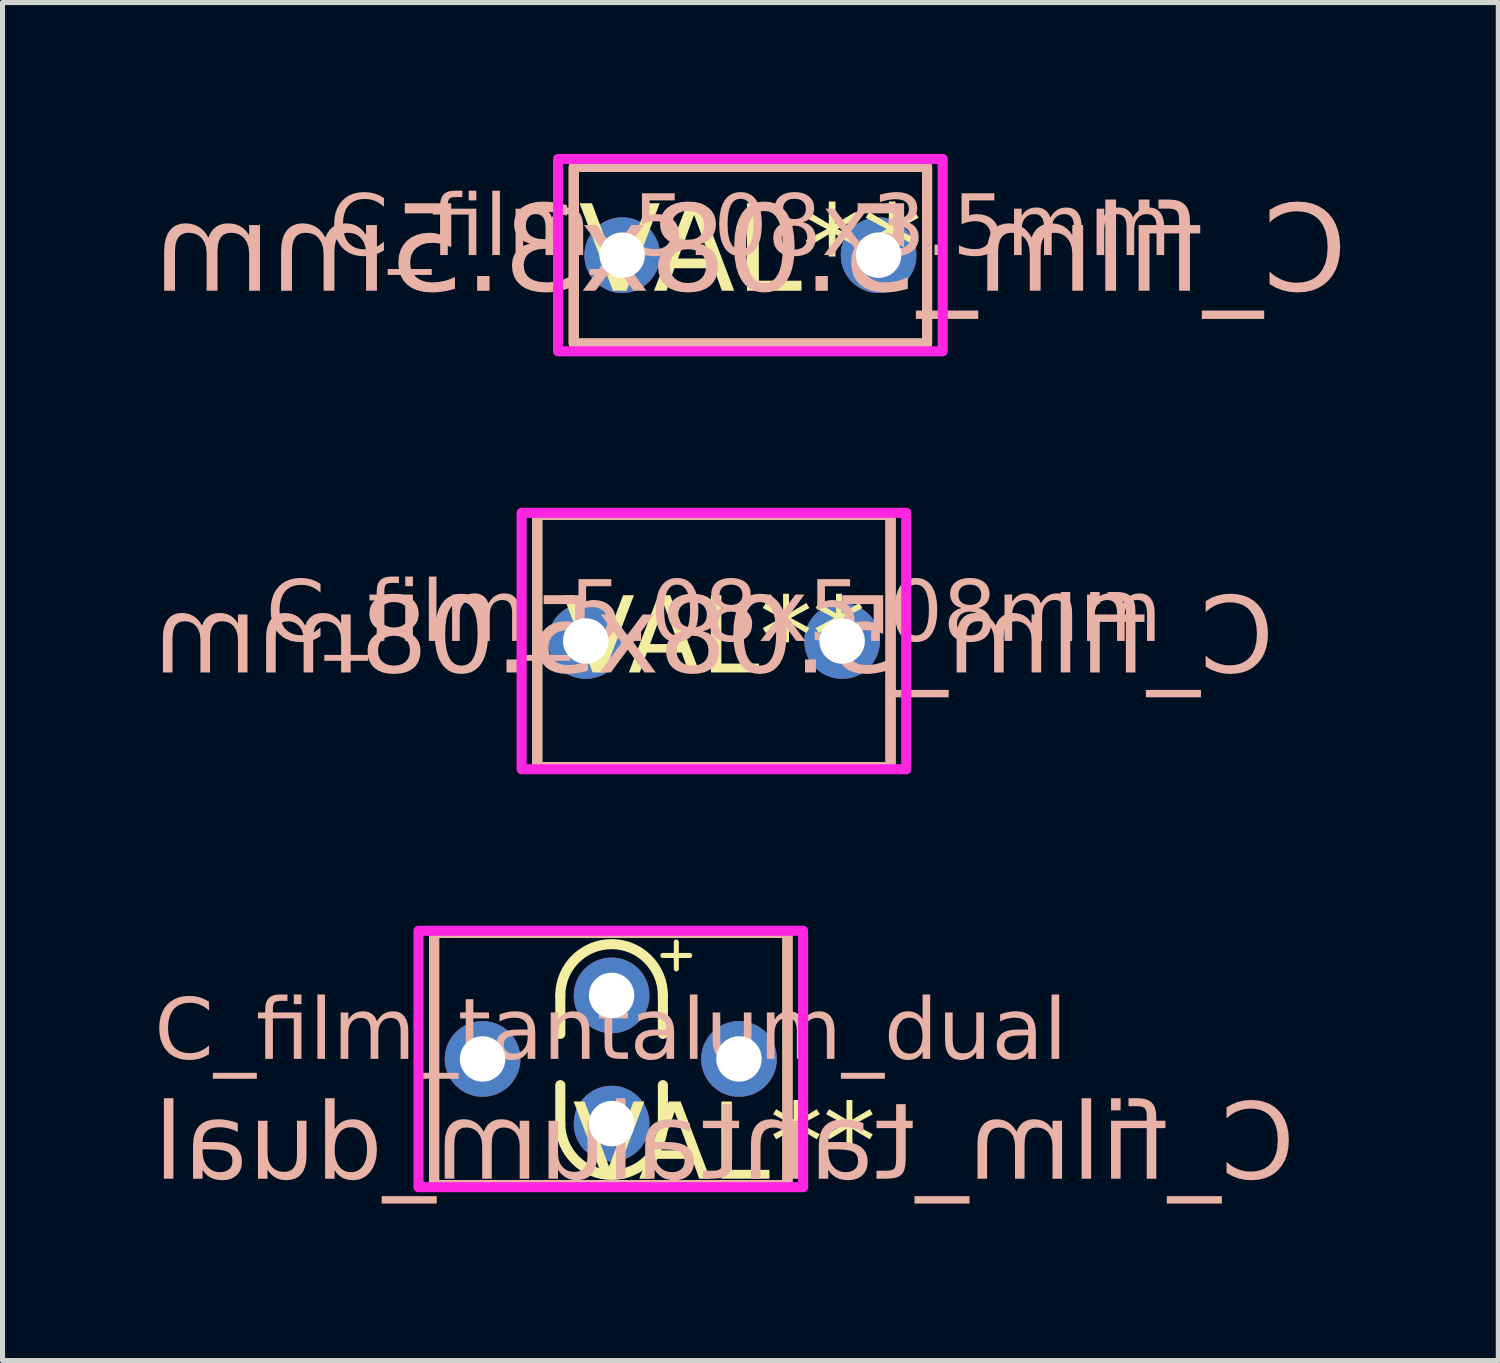
<source format=kicad_pcb>
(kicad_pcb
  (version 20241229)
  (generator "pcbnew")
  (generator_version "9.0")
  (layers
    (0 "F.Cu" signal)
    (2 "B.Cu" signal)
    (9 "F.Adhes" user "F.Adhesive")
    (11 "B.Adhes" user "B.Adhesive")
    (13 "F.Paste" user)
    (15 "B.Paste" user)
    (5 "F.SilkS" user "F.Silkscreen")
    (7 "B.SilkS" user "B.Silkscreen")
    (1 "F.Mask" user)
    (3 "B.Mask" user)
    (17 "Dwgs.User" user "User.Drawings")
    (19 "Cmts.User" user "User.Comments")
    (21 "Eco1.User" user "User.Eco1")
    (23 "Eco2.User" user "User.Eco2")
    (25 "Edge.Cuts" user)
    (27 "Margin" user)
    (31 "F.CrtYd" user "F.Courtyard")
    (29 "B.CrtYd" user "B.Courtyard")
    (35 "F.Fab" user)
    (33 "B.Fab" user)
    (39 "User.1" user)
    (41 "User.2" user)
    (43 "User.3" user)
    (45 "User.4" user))
  (footprint "C_film_5.08x5.08mm"
    (layer "F.Cu")
    (at 11.094 9.65)
    (property "Reference" "C_film_5.08x5.08mm" (at 0 -0.5 0) (unlocked yes) (layer "B.SilkS") (effects (font (face "Milk Run") (size 1.2 1.2) (thickness 0.1))))
    (property "Value" "VAL**" (at 0 1 0) (unlocked yes) (layer "F.SilkS") (hide yes) (effects (font (face "Milk Run") (size 1.2 1.2) (thickness 0.1))))
    (attr through_hole)
    (fp_rect (start -3.5 -2.5) (end 3.5 2.5) (stroke (width 0.2) (type default)) (fill no) (layer "F.SilkS"))
    (fp_rect (start -3.5 -2.5) (end 3.5 2.5) (stroke (width 0.2) (type default)) (fill no) (layer "B.SilkS"))
    (fp_rect (start -3.81 -2.54) (end 3.81 2.54) (stroke (width 0.2) (type default)) (fill no) (layer "F.CrtYd"))
    (fp_text user "${VALUE}" (at 0 0 0) (layer "F.SilkS") (effects (font (face "Milk Run") (size 1.5 1.5) (thickness 0.1))))
    (fp_text user "${REFERENCE}" (at 0 0 0) (layer "B.SilkS") (effects (font (face "Milk Run") (size 1.5 1.5) (thickness 0.1)) (justify mirror)))
    (pad "1" thru_hole circle (at -2.54 0) (size 1.5 1.5) (drill 0.9) (layers "*.Cu" "*.Mask"))
    (pad "2" thru_hole circle (at 2.54 0) (size 1.5 1.5) (drill 0.9) (layers "*.Cu" "*.Mask")))
  (footprint "C_film_5.08x3.5mm"
    (layer "F.Cu")
    (at 11.817 2.005)
    (property "Reference" "C_film_5.08x3.5mm" (at 0 -0.5 0) (unlocked yes) (layer "B.SilkS") (effects (font (face "Milk Run") (size 1.2 1.2) (thickness 0.1))))
    (property "Value" "VAL**" (at 0 1 0) (unlocked yes) (layer "F.SilkS") (hide yes) (effects (font (face "Milk Run") (size 1.2 1.2) (thickness 0.1))))
    (attr through_hole)
    (fp_rect (start -3.5 -1.75) (end 3.5 1.75) (stroke (width 0.2) (type default)) (fill no) (layer "F.SilkS"))
    (fp_rect (start -3.5 -1.75) (end 3.5 1.75) (stroke (width 0.2) (type default)) (fill no) (layer "B.SilkS"))
    (fp_rect (start -3.81 -1.905) (end 3.81 1.905) (stroke (width 0.2) (type default)) (fill no) (layer "F.CrtYd"))
    (fp_text user "${VALUE}" (at 0 0 0) (layer "F.SilkS") (effects (font (face "Milk Run") (size 1.7 1.7) (thickness 0.1))))
    (fp_text user "${REFERENCE}" (at 0 0 0) (layer "B.SilkS") (effects (font (face "Milk Run") (size 1.7 1.7) (thickness 0.1)) (justify mirror)))
    (pad "1" thru_hole circle (at -2.54 0) (size 1.5 1.5) (drill 0.9) (layers "*.Cu" "*.Mask"))
    (pad "2" thru_hole circle (at 2.54 0) (size 1.5 1.5) (drill 0.9) (layers "*.Cu" "*.Mask")))
  (footprint "C_film_tantalum_dual"
    (layer "F.Cu")
    (at 9.051 17.93)
    (property "Reference" "C_film_tantalum_dual" (at 0 -0.5 0) (unlocked yes) (layer "B.SilkS") (effects (font (face "Milk Run") (size 1.2 1.2) (thickness 0.1))))
    (property "Value" "VAL**" (at 0 1 0) (unlocked yes) (layer "F.SilkS") (hide yes) (effects (font (face "Milk Run") (size 1.2 1.2) (thickness 0.1))))
    (attr through_hole)
    (fp_line (start -1 -1.259) (end -1 -0.497) (stroke (width 0.2) (type default)) (layer "F.SilkS"))
    (fp_line (start -1 1.281) (end -1 0.519) (stroke (width 0.2) (type default)) (layer "F.SilkS"))
    (fp_line (start 1.032 -1.259) (end 1.032 -0.497) (stroke (width 0.2) (type default)) (layer "F.SilkS"))
    (fp_line (start 1.032 1.281) (end 1.032 0.519) (stroke (width 0.2) (type default)) (layer "F.SilkS"))
    (fp_rect (start -3.5 -2.5) (end 3.5 2.5) (stroke (width 0.2) (type default)) (fill no) (layer "F.SilkS"))
    (fp_arc (start -1 -1.259) (mid 0.016 -2.275) (end 1.032 -1.259) (stroke (width 0.2) (type default)) (layer "F.SilkS"))
    (fp_arc (start 1.032 1.281) (mid 0.016 2.297) (end -1 1.281) (stroke (width 0.2) (type default)) (layer "F.SilkS"))
    (fp_rect (start -3.5 -2.5) (end 3.5 2.5) (stroke (width 0.2) (type default)) (fill no) (layer "B.SilkS"))
    (fp_rect (start -3.81 -2.54) (end 3.81 2.54) (stroke (width 0.2) (type default)) (fill no) (layer "F.CrtYd"))
    (fp_text user "${VALUE}" (at 2.25 1.75 0) (layer "F.SilkS") (effects (font (face "Milk Run") (size 1.5 1.5) (thickness 0.1))))
    (fp_text user "+" (at 1.35 -2.05 270) (unlocked yes) (layer "F.SilkS") (effects (font (size 0.7 0.7) (thickness 0.1))))
    (fp_text user "${REFERENCE}" (at 2.25 1.75 0) (layer "B.SilkS") (effects (font (face "Milk Run") (size 1.5 1.5) (thickness 0.1)) (justify mirror)))
    (pad "1" thru_hole circle (at -2.54 0) (size 1.5 1.5) (drill 0.9) (layers "*.Cu" "*.Mask"))
    (pad "1" thru_hole circle (at 0.016 -1.259 270) (size 1.5 1.5) (drill 0.9) (layers "*.Cu" "*.Mask"))
    (pad "2" thru_hole circle (at 0.016 1.281 270) (size 1.5 1.5) (drill 0.9) (layers "*.Cu" "*.Mask"))
    (pad "2" thru_hole circle (at 2.54 0) (size 1.5 1.5) (drill 0.9) (layers "*.Cu" "*.Mask")))
  (gr_rect
    (start -3 -3)
    (end 26.634 23.905)
    (stroke (width 0.1) (type default))
    (fill no)
    (layer "Edge.Cuts")))
</source>
